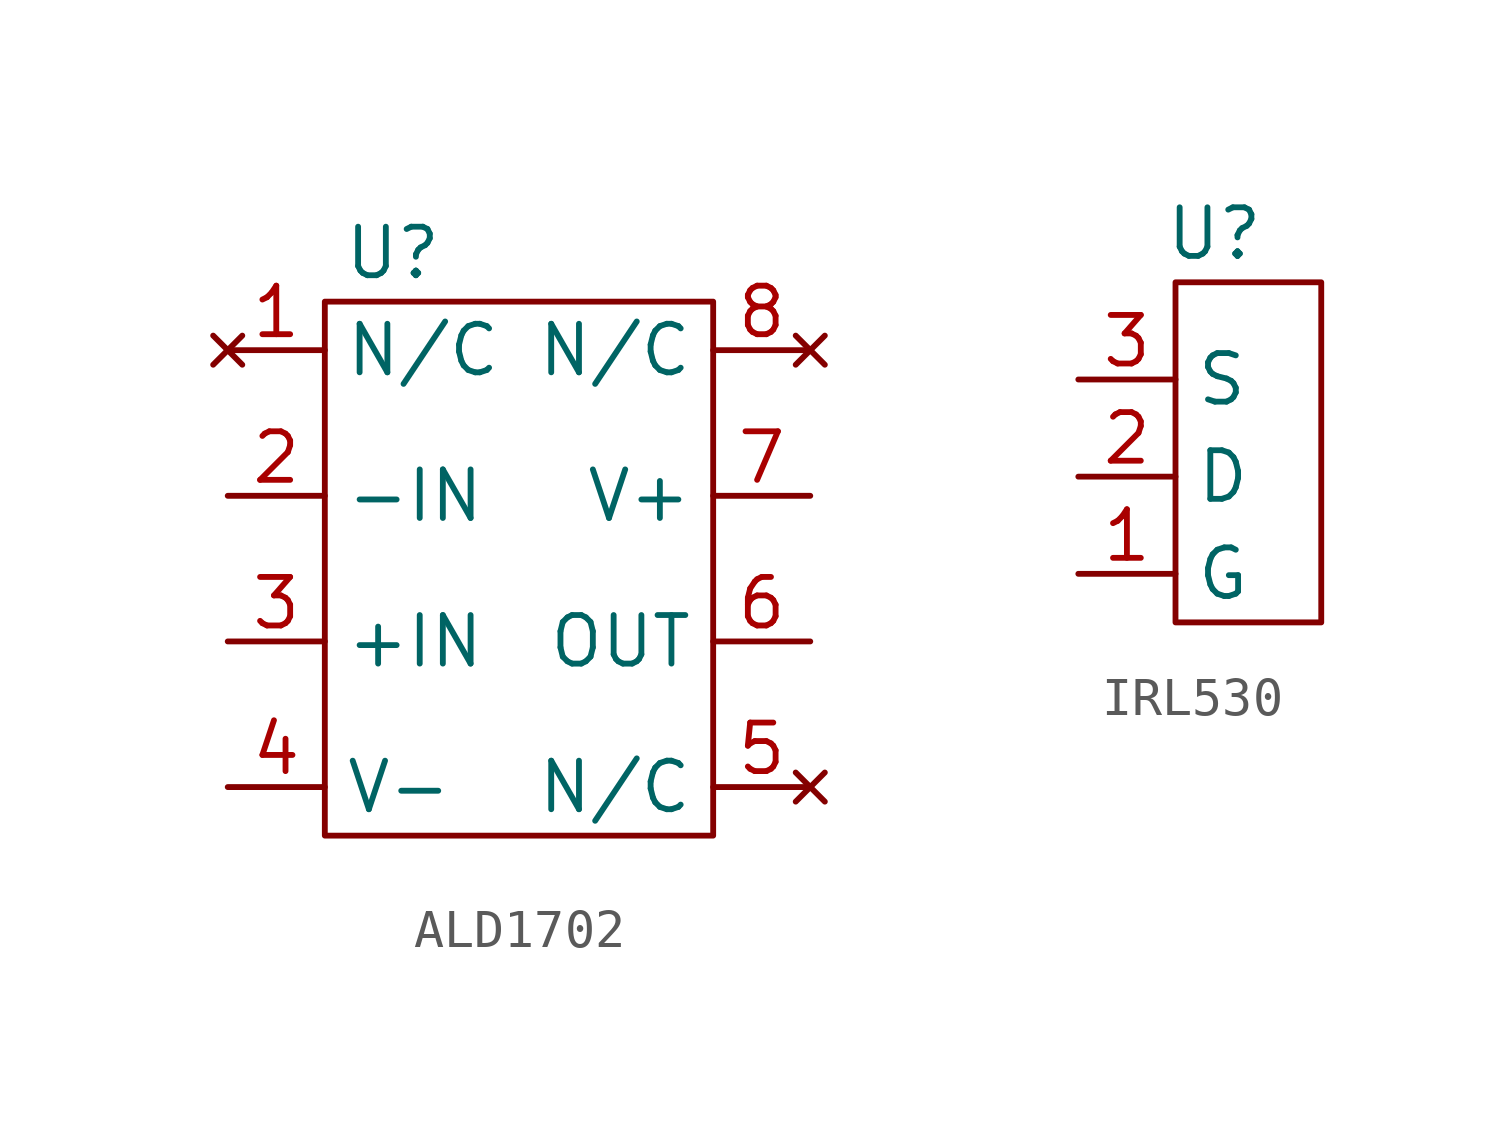
<source format=kicad_sym>
(kicad_symbol_lib
  (version 20231120)
  (generator "kicad_symbol_editor")
  (generator_version "8.0")
  (symbol "ALD1702"
    (property "Reference" "U"
      (at -3.302 7.62 0)
      (effects (font (size 1.27 1.27))))
    (property "Value" ""
      (at 0 0 0)
      (effects (font (size 1.27 1.27))))
    (symbol "ALD1702_0_1"
      (rectangle (start -5.08 6.35) (end 5.08 -7.62) (stroke (width 0) (type default)) (fill (type none))))
    (symbol "ALD1702_1_1"
      (pin no_connect line (at -7.62 5.08 0) (length 2.54) (name "N/C" (effects (font (size 1.27 1.27)))) (number "1" (effects (font (size 1.27 1.27)))))
      (pin input line (at -7.62 1.27 0) (length 2.54) (name "-IN" (effects (font (size 1.27 1.27)))) (number "2" (effects (font (size 1.27 1.27)))))
      (pin input line (at -7.62 -2.54 0) (length 2.54) (name "+IN" (effects (font (size 1.27 1.27)))) (number "3" (effects (font (size 1.27 1.27)))))
      (pin power_out line (at -7.62 -6.35 0) (length 2.54) (name "V-" (effects (font (size 1.27 1.27)))) (number "4" (effects (font (size 1.27 1.27)))))
      (pin no_connect line (at 7.62 -6.35 180) (length 2.54) (name "N/C" (effects (font (size 1.27 1.27)))) (number "5" (effects (font (size 1.27 1.27)))))
      (pin output line (at 7.62 -2.54 180) (length 2.54) (name "OUT" (effects (font (size 1.27 1.27)))) (number "6" (effects (font (size 1.27 1.27)))))
      (pin power_in line (at 7.62 1.27 180) (length 2.54) (name "V+" (effects (font (size 1.27 1.27)))) (number "7" (effects (font (size 1.27 1.27)))))
      (pin no_connect line (at 7.62 5.08 180) (length 2.54) (name "N/C" (effects (font (size 1.27 1.27)))) (number "8" (effects (font (size 1.27 1.27)))))))
  (symbol "IRL530"
    (property "Reference" "U"
      (at 1.016 6.35 0)
      (effects (font (size 1.27 1.27))))
    (property "Value" ""
      (at 0 0 0)
      (effects (font (size 1.27 1.27))))
    (symbol "IRL530_0_1"
      (rectangle (start 0 5.08) (end 3.81 -3.81) (stroke (width 0) (type default)) (fill (type none))))
    (symbol "IRL530_1_1"
      (pin input line (at -2.54 -2.54 0) (length 2.54) (name "G" (effects (font (size 1.27 1.27)))) (number "1" (effects (font (size 1.27 1.27)))))
      (pin input line (at -2.54 0 0) (length 2.54) (name "D" (effects (font (size 1.27 1.27)))) (number "2" (effects (font (size 1.27 1.27)))))
      (pin output line (at -2.54 2.54 0) (length 2.54) (name "S" (effects (font (size 1.27 1.27)))) (number "3" (effects (font (size 1.27 1.27))))))))
</source>
